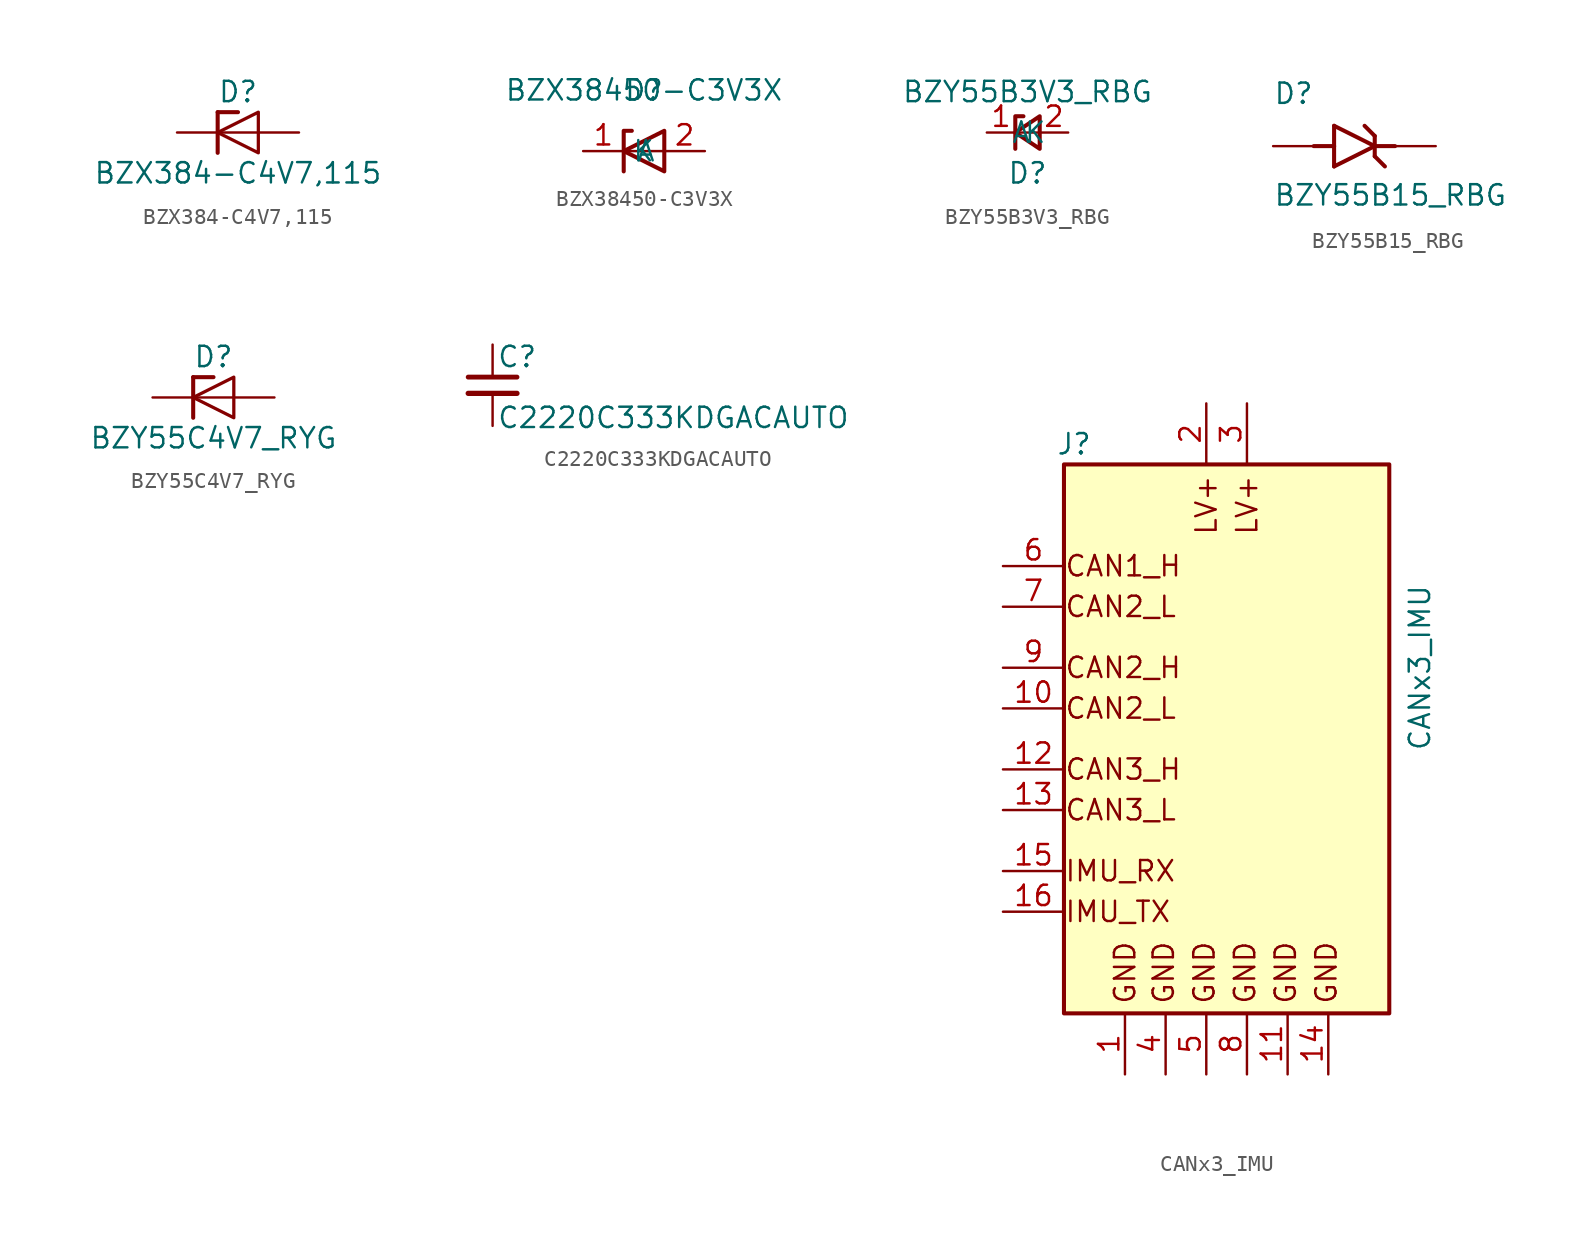
<source format=kicad_sym>
(kicad_symbol_lib
  (version 20231120)
  (generator "kicad_symbol_editor")
  (generator_version "8.0")
  (symbol "BZX384-C4V7,115"
    (pin_numbers hide)
    (pin_names
      (offset 1.016) hide)
    (property "Reference" "D"
      (at 0 2.54 0)
      (effects (font (size 1.27 1.27))))
    (property "Value" "BZX384-C4V7,115"
      (at 0 -2.54 0)
      (effects (font (size 1.27 1.27))))
    (symbol "BZX384-C4V7,115_0_1"
      (polyline (pts (xy -1.27 1.27) (xy -1.27 -1.27)) (stroke (width 0.254) (type default)) (fill (type none)))
      (polyline (pts (xy -1.27 1.27) (xy 0 1.27)) (stroke (width 0.254) (type default)) (fill (type none)))
      (polyline (pts (xy 1.27 0) (xy -1.27 0)) (stroke (width 0) (type default)) (fill (type none)))
      (polyline (pts (xy 1.27 1.27) (xy 1.27 -1.27) (xy -1.27 0) (xy 1.27 1.27)) (stroke (width 0.203) (type default)) (fill (type none))))
    (symbol "BZX384-C4V7,115_1_1"
      (pin passive line (at -3.81 0 0) (length 2.54) (name "K" (effects (font (size 1.27 1.27)))) (number "1" (effects (font (size 1.27 1.27)))))
      (pin passive line (at 3.81 0 180) (length 2.54) (name "A" (effects (font (size 1.27 1.27)))) (number "2" (effects (font (size 1.27 1.27)))))))
  (symbol "BZX38450-C3V3X"
    (property "Reference" "D"
      (at 0 0 0)
      (effects (font (size 1.27 1.27))))
    (property "Value" "BZX38450-C3V3X"
      (at 0 0 0)
      (effects (font (size 1.27 1.27))))
    (symbol "BZX38450-C3V3X_0_1"
      (polyline (pts (xy 1.27 -3.81) (xy -1.27 -3.81)) (stroke (width 0) (type default)) (fill (type none)))
      (polyline (pts (xy -1.27 -5.08) (xy -1.27 -2.54) (xy -0.762 -2.54)) (stroke (width 0.254) (type default)) (fill (type none)))
      (polyline (pts (xy 1.27 -5.08) (xy 1.27 -2.54) (xy -1.27 -3.81) (xy 1.27 -5.08)) (stroke (width 0.254) (type default)) (fill (type none))))
    (symbol "BZX38450-C3V3X_1_1"
      (pin passive line (at -3.81 -3.81 0) (length 2.54) (name "K" (effects (font (size 1.27 1.27)))) (number "1" (effects (font (size 1.27 1.27)))))
      (pin passive line (at 3.81 -3.81 180) (length 2.54) (name "A" (effects (font (size 1.27 1.27)))) (number "2" (effects (font (size 1.27 1.27)))))))
  (symbol "BZY55B3V3_RBG"
    (property "Reference" "D"
      (at 0 -2.54 0)
      (effects (font (size 1.27 1.27))))
    (property "Value" "BZY55B3V3_RBG"
      (at 0 2.54 0)
      (effects (font (size 1.27 1.27))))
    (symbol "BZY55B3V3_RBG_0_1"
      (polyline (pts (xy 0.762 0) (xy -0.762 0)) (stroke (width 0) (type default)) (fill (type none)))
      (polyline (pts (xy -0.254 1.016) (xy -0.762 1.016) (xy -0.762 -1.016)) (stroke (width 0.254) (type default)) (fill (type none)))
      (polyline (pts (xy 0.762 1.016) (xy -0.762 0) (xy 0.762 -1.016) (xy 0.762 1.016)) (stroke (width 0.254) (type default)) (fill (type none))))
    (symbol "BZY55B3V3_RBG_1_1"
      (pin passive line (at -2.54 0 0) (length 1.778) (name "K" (effects (font (size 1.27 1.27)))) (number "1" (effects (font (size 1.27 1.27)))))
      (pin passive line (at 2.54 0 180) (length 1.778) (name "A" (effects (font (size 1.27 1.27)))) (number "2" (effects (font (size 1.27 1.27)))))))
  (symbol "BZY55B15_RBG"
    (pin_numbers hide)
    (pin_names
      (offset 1.016) hide)
    (property "Reference" "D"
      (at -5.08 2.54 0)
      (effects (font (size 1.27 1.27)) (justify left bottom)))
    (property "Value" "BZY55B15_RBG"
      (at -5.08 -3.81 0)
      (effects (font (size 1.27 1.27)) (justify left bottom)))
    (property "ki_locked" ""
      (at 0 0 0)
      (effects (font (size 1.27 1.27))))
    (symbol "BZY55B15_RBG_0_0"
      (polyline (pts (xy -2.54 0) (xy -1.27 0)) (stroke (width 0.254) (type default)) (fill (type none)))
      (polyline (pts (xy -1.27 -1.27) (xy 1.27 0)) (stroke (width 0.254) (type default)) (fill (type none)))
      (polyline (pts (xy -1.27 0) (xy -1.27 -1.27)) (stroke (width 0.254) (type default)) (fill (type none)))
      (polyline (pts (xy -1.27 1.27) (xy -1.27 0)) (stroke (width 0.254) (type default)) (fill (type none)))
      (polyline (pts (xy 0.635 1.27) (xy 1.27 0.635)) (stroke (width 0.254) (type default)) (fill (type none)))
      (polyline (pts (xy 1.27 -0.635) (xy 1.905 -1.27)) (stroke (width 0.254) (type default)) (fill (type none)))
      (polyline (pts (xy 1.27 0) (xy -1.27 1.27)) (stroke (width 0.254) (type default)) (fill (type none)))
      (polyline (pts (xy 1.27 0) (xy 1.27 -0.635)) (stroke (width 0.254) (type default)) (fill (type none)))
      (polyline (pts (xy 1.27 0.635) (xy 1.27 0)) (stroke (width 0.254) (type default)) (fill (type none)))
      (polyline (pts (xy 2.54 0) (xy 1.27 0)) (stroke (width 0.254) (type default)) (fill (type none)))
      (pin passive line (at -5.08 0 0) (length 2.54) (name "~" (effects (font (size 1.016 1.016)))) (number "A" (effects (font (size 1.016 1.016)))))
      (pin passive line (at 5.08 0 180) (length 2.54) (name "~" (effects (font (size 1.016 1.016)))) (number "C" (effects (font (size 1.016 1.016)))))))
  (symbol "BZY55C4V7_RYG"
    (pin_numbers hide)
    (pin_names
      (offset 1.016) hide)
    (property "Reference" "D"
      (at 0 2.54 0)
      (effects (font (size 1.27 1.27))))
    (property "Value" "BZY55C4V7_RYG"
      (at 0 -2.54 0)
      (effects (font (size 1.27 1.27))))
    (symbol "BZY55C4V7_RYG_0_1"
      (polyline (pts (xy -1.27 1.27) (xy -1.27 -1.27)) (stroke (width 0.254) (type default)) (fill (type none)))
      (polyline (pts (xy -1.27 1.27) (xy 0 1.27)) (stroke (width 0.254) (type default)) (fill (type none)))
      (polyline (pts (xy 1.27 0) (xy -1.27 0)) (stroke (width 0) (type default)) (fill (type none)))
      (polyline (pts (xy 1.27 1.27) (xy 1.27 -1.27) (xy -1.27 0) (xy 1.27 1.27)) (stroke (width 0.203) (type default)) (fill (type none))))
    (symbol "BZY55C4V7_RYG_1_1"
      (pin passive line (at -3.81 0 0) (length 2.54) (name "K" (effects (font (size 1.27 1.27)))) (number "1" (effects (font (size 1.27 1.27)))))
      (pin passive line (at 3.81 0 180) (length 2.54) (name "A" (effects (font (size 1.27 1.27)))) (number "2" (effects (font (size 1.27 1.27)))))))
  (symbol "C2220C333KDGACAUTO"
    (pin_numbers hide)
    (pin_names
      (offset 0.254) hide)
    (property "Reference" "C"
      (at 0.254 1.778 0)
      (effects (font (size 1.27 1.27)) (justify left)))
    (property "Value" "C2220C333KDGACAUTO"
      (at 0.254 -2.032 0)
      (effects (font (size 1.27 1.27)) (justify left)))
    (symbol "C2220C333KDGACAUTO_0_1"
      (polyline (pts (xy -1.524 -0.508) (xy 1.524 -0.508)) (stroke (width 0.33) (type default)) (fill (type none)))
      (polyline (pts (xy -1.524 0.508) (xy 1.524 0.508)) (stroke (width 0.305) (type default)) (fill (type none))))
    (symbol "C2220C333KDGACAUTO_1_1"
      (pin passive line (at 0 2.54 270) (length 2.032) (name "~" (effects (font (size 1.27 1.27)))) (number "1" (effects (font (size 1.27 1.27)))))
      (pin passive line (at 0 -2.54 90) (length 2.032) (name "~" (effects (font (size 1.27 1.27)))) (number "2" (effects (font (size 1.27 1.27)))))))
  (symbol "CANx3_IMU"
    (pin_names
      (offset 1.016) hide)
    (property "Reference" "J"
      (at -9.525 16.51 0)
      (effects (font (size 1.27 1.27))))
    (property "Value" "CANx3_IMU"
      (at 12.065 2.54 90)
      (effects (font (size 1.27 1.27))))
    (symbol "CANx3_IMU_0_0"
      (text "GND" (at -6.35 -16.51 900) (effects (font (size 1.27 1.27))))
      (text "GND" (at -3.937 -16.51 900) (effects (font (size 1.27 1.27))))
      (text "GND" (at -1.397 -16.51 900) (effects (font (size 1.27 1.27))))
      (text "GND" (at 1.143 -16.51 900) (effects (font (size 1.27 1.27))))
      (text "GND" (at 3.683 -16.51 900) (effects (font (size 1.27 1.27))))
      (text "GND" (at 6.223 -16.51 900) (effects (font (size 1.27 1.27)))))
    (symbol "CANx3_IMU_1_0"
      (text "CAN1_H" (at -10.16 8.89 0) (effects (font (size 1.27 1.27)) (justify left)))
      (text "CAN2_H\n" (at -10.16 2.54 0) (effects (font (size 1.27 1.27)) (justify left)))
      (text "CAN2_L" (at -10.16 0 0) (effects (font (size 1.27 1.27)) (justify left)))
      (text "CAN2_L" (at -10.16 6.35 0) (effects (font (size 1.27 1.27)) (justify left)))
      (text "CAN3_H" (at -10.16 -3.81 0) (effects (font (size 1.27 1.27)) (justify left)))
      (text "CAN3_L" (at -10.16 -6.35 0) (effects (font (size 1.27 1.27)) (justify left)))
      (text "IMU_RX\n" (at -10.16 -10.16 0) (effects (font (size 1.27 1.27)) (justify left)))
      (text "IMU_TX" (at -10.16 -12.7 0) (effects (font (size 1.27 1.27)) (justify left)))
      (text "LV+" (at -1.27 12.7 900) (effects (font (size 1.27 1.27))))
      (text "LV+\n" (at 1.27 12.7 900) (effects (font (size 1.27 1.27)))))
    (symbol "CANx3_IMU_1_1"
      (rectangle (start -10.16 15.24) (end 10.16 -19.05) (stroke (width 0.254) (type default)) (fill (type background)))
      (pin passive line (at -6.35 -22.86 90) (length 3.81) (name "Pin_1" (effects (font (size 1.27 1.27)))) (number "1" (effects (font (size 1.27 1.27)))))
      (pin passive line (at -13.97 0 0) (length 3.81) (name "Pin_10" (effects (font (size 1.27 1.27)))) (number "10" (effects (font (size 1.27 1.27)))))
      (pin passive line (at 3.81 -22.86 90) (length 3.81) (name "Pin_11" (effects (font (size 1.27 1.27)))) (number "11" (effects (font (size 1.27 1.27)))))
      (pin passive line (at -13.97 -3.81 0) (length 3.81) (name "Pin_12" (effects (font (size 1.27 1.27)))) (number "12" (effects (font (size 1.27 1.27)))))
      (pin passive line (at -13.97 -6.35 0) (length 3.81) (name "Pin_13" (effects (font (size 1.27 1.27)))) (number "13" (effects (font (size 1.27 1.27)))))
      (pin passive line (at 6.35 -22.86 90) (length 3.81) (name "Pin_14" (effects (font (size 1.27 1.27)))) (number "14" (effects (font (size 1.27 1.27)))))
      (pin passive line (at -13.97 -10.16 0) (length 3.81) (name "Pin_15" (effects (font (size 1.27 1.27)))) (number "15" (effects (font (size 1.27 1.27)))))
      (pin passive line (at -13.97 -12.7 0) (length 3.81) (name "Pin_17" (effects (font (size 1.27 1.27)))) (number "16" (effects (font (size 1.27 1.27)))))
      (pin passive line (at -1.27 19.05 270) (length 3.81) (name "Pin_2" (effects (font (size 1.27 1.27)))) (number "2" (effects (font (size 1.27 1.27)))))
      (pin passive line (at 1.27 19.05 270) (length 3.81) (name "Pin_3" (effects (font (size 1.27 1.27)))) (number "3" (effects (font (size 1.27 1.27)))))
      (pin passive line (at -3.81 -22.86 90) (length 3.81) (name "Pin_4" (effects (font (size 1.27 1.27)))) (number "4" (effects (font (size 1.27 1.27)))))
      (pin passive line (at -1.27 -22.86 90) (length 3.81) (name "Pin_5" (effects (font (size 1.27 1.27)))) (number "5" (effects (font (size 1.27 1.27)))))
      (pin passive line (at -13.97 8.89 0) (length 3.81) (name "Pin_6" (effects (font (size 1.27 1.27)))) (number "6" (effects (font (size 1.27 1.27)))))
      (pin passive line (at -13.97 6.35 0) (length 3.81) (name "Pin_7" (effects (font (size 1.27 1.27)))) (number "7" (effects (font (size 1.27 1.27)))))
      (pin passive line (at 1.27 -22.86 90) (length 3.81) (name "Pin_8" (effects (font (size 1.27 1.27)))) (number "8" (effects (font (size 1.27 1.27)))))
      (pin passive line (at -13.97 2.54 0) (length 3.81) (name "Pin_9" (effects (font (size 1.27 1.27)))) (number "9" (effects (font (size 1.27 1.27))))))))
</source>
